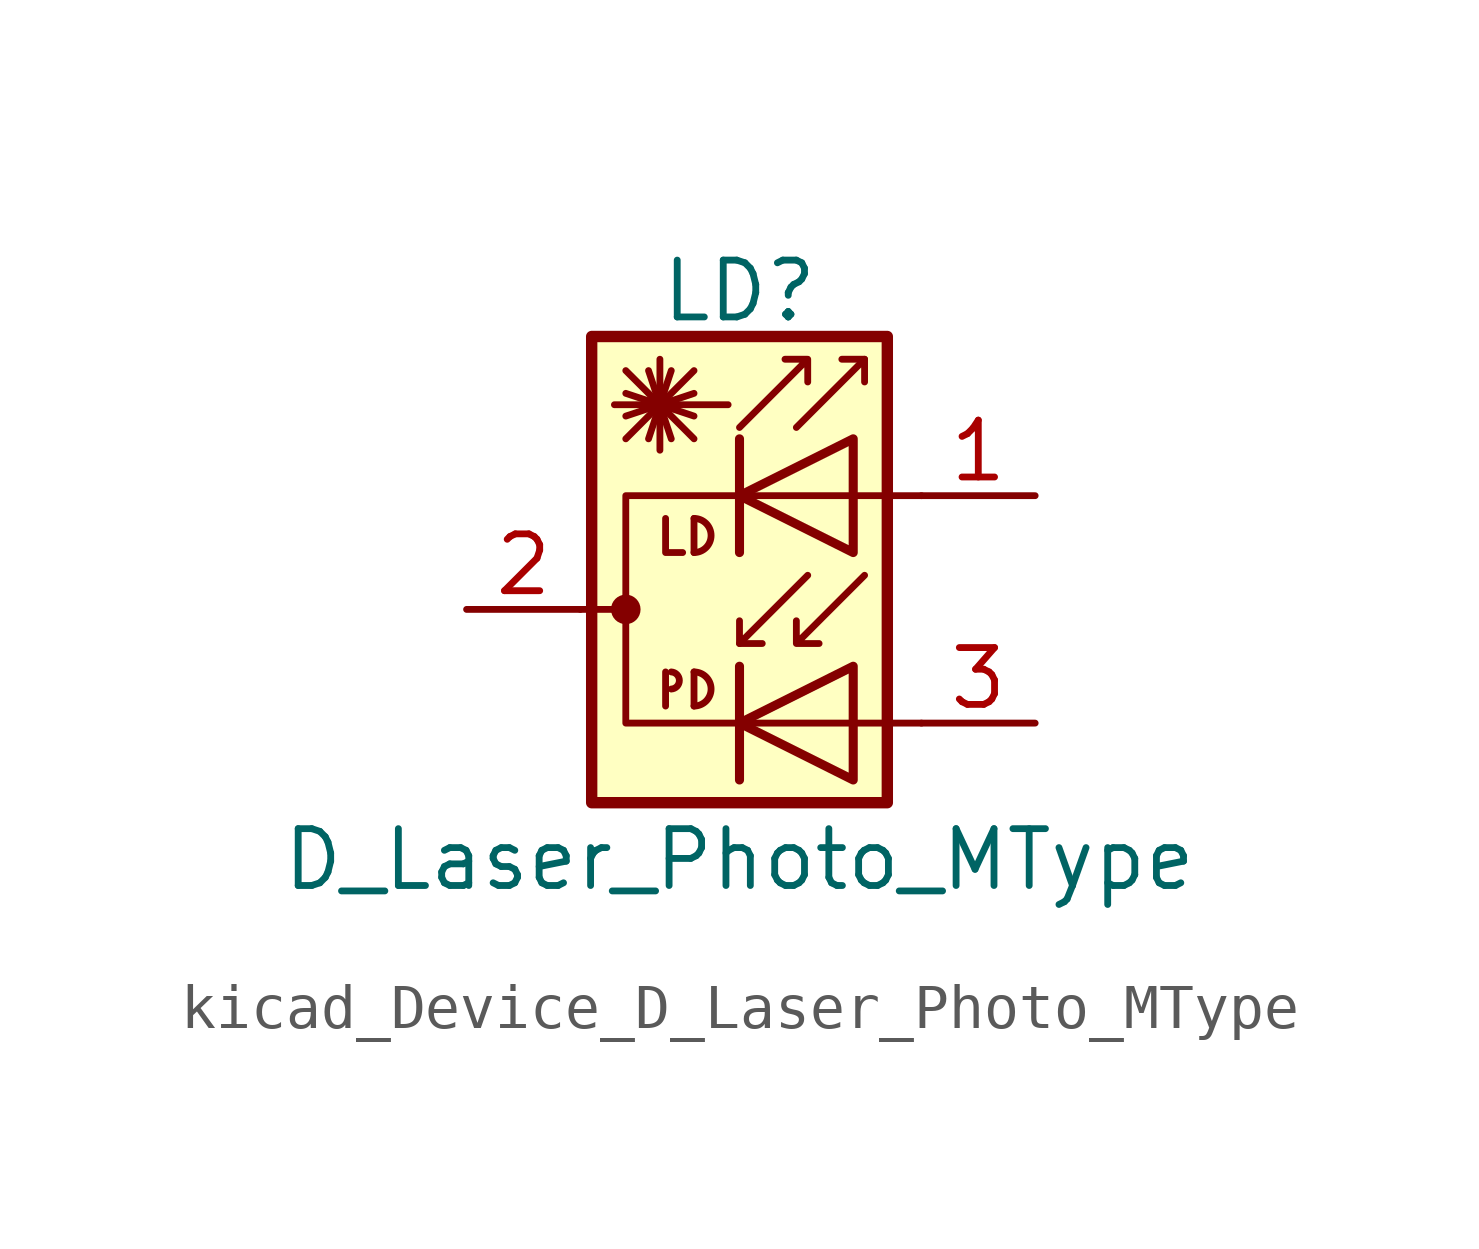
<source format=kicad_sym>
(kicad_symbol_lib
  (version 20220914)
  (generator kicad_symbol_editor)
  (symbol "kicad_Device_D_Laser_Photo_MType"
    (pin_names hide)
    (property "Reference" "LD"
      (at 1.016 7.112 0)
      (effects (font (size 1.27 1.27))))
    (property "Value" "D_Laser_Photo_MType"
      (at 1.016 -5.588 0)
      (effects (font (size 1.27 1.27))))
    (symbol "kicad_Device_D_Laser_Photo_MType_0_1"
      (circle (center -1.524 0) (radius 0.254) (stroke (width 0) (type default)) (fill (type outline)))
      (arc (start -0.508 -1.778) (mid -0.3302 -1.6002) (end -0.508 -1.397) (stroke (width 0) (type default)) (fill (type none)))
      (arc (start 0 -2.159) (mid 0.3794 -1.778) (end 0 -1.397) (stroke (width 0) (type default)) (fill (type none)))
      (polyline (pts (xy -2.54 0) (xy -1.524 0)) (stroke (width 0) (type default)) (fill (type none)))
      (polyline (pts (xy -1.524 3.81) (xy 0 5.334)) (stroke (width 0) (type default)) (fill (type none)))
      (polyline (pts (xy -1.524 4.318) (xy 0 4.826)) (stroke (width 0) (type default)) (fill (type none)))
      (polyline (pts (xy -1.524 4.826) (xy 0 4.318)) (stroke (width 0) (type default)) (fill (type none)))
      (polyline (pts (xy -1.524 5.334) (xy 0 3.81)) (stroke (width 0) (type default)) (fill (type none)))
      (polyline (pts (xy -1.016 5.334) (xy -0.508 3.81)) (stroke (width 0) (type default)) (fill (type none)))
      (polyline (pts (xy -0.762 4.572) (xy -0.762 3.556)) (stroke (width 0) (type default)) (fill (type none)))
      (polyline (pts (xy -0.762 4.572) (xy -0.762 5.588)) (stroke (width 0) (type default)) (fill (type none)))
      (polyline (pts (xy -0.635 -1.397) (xy -0.635 -2.159)) (stroke (width 0) (type default)) (fill (type none)))
      (polyline (pts (xy -0.508 5.334) (xy -1.016 3.81)) (stroke (width 0) (type default)) (fill (type none)))
      (polyline (pts (xy 0 -1.397) (xy 0 -2.159)) (stroke (width 0) (type default)) (fill (type none)))
      (polyline (pts (xy 0 2.032) (xy 0 1.27)) (stroke (width 0) (type default)) (fill (type none)))
      (polyline (pts (xy 0.762 4.572) (xy -1.778 4.572)) (stroke (width 0) (type default)) (fill (type none)))
      (polyline (pts (xy 1.016 -1.27) (xy 1.016 -3.81)) (stroke (width 0.203) (type default)) (fill (type none)))
      (polyline (pts (xy 1.016 -0.762) (xy 1.524 -0.762)) (stroke (width 0) (type default)) (fill (type none)))
      (polyline (pts (xy 1.016 3.81) (xy 1.016 1.27)) (stroke (width 0.203) (type default)) (fill (type none)))
      (polyline (pts (xy 3.81 5.588) (xy 3.302 5.588)) (stroke (width 0) (type default)) (fill (type none)))
      (polyline (pts (xy -0.635 2.032) (xy -0.635 1.27) (xy -0.254 1.27)) (stroke (width 0) (type default)) (fill (type none)))
      (polyline (pts (xy 2.286 4.064) (xy 3.81 5.588) (xy 3.81 5.08)) (stroke (width 0) (type default)) (fill (type none)))
      (polyline (pts (xy 2.54 0.762) (xy 1.016 -0.762) (xy 1.016 -0.254)) (stroke (width 0) (type default)) (fill (type none)))
      (polyline (pts (xy 3.556 -1.27) (xy 3.556 -3.81) (xy 1.016 -2.54) (xy 3.556 -1.27)) (stroke (width 0.203) (type default)) (fill (type none)))
      (polyline (pts (xy 3.556 3.81) (xy 3.556 1.27) (xy 1.016 2.54) (xy 3.556 3.81)) (stroke (width 0.203) (type default)) (fill (type none)))
      (polyline (pts (xy 5.08 2.54) (xy -1.524 2.54) (xy -1.524 -2.54) (xy 5.08 -2.54)) (stroke (width 0) (type default)) (fill (type none)))
      (polyline (pts (xy 1.016 4.064) (xy 2.54 5.588) (xy 2.54 5.08) (xy 2.54 5.588) (xy 2.032 5.588)) (stroke (width 0) (type default)) (fill (type none)))
      (polyline (pts (xy 3.81 0.762) (xy 2.286 -0.762) (xy 2.286 -0.254) (xy 2.286 -0.762) (xy 2.794 -0.762)) (stroke (width 0) (type default)) (fill (type none)))
      (arc (start 0 1.27) (mid 0.3794 1.651) (end 0 2.032) (stroke (width 0) (type default)) (fill (type none)))
      (rectangle (start 4.318 6.096) (end -2.286 -4.318) (stroke (width 0.254) (type default)) (fill (type background))))
    (symbol "kicad_Device_D_Laser_Photo_MType_1_1"
      (pin passive line (at 7.62 2.54 180) (length 2.54) (name "~" (effects (font (size 1.27 1.27)))) (number "1" (effects (font (size 1.27 1.27)))))
      (pin passive line (at -5.08 0 0) (length 2.54) (name "~" (effects (font (size 1.27 1.27)))) (number "2" (effects (font (size 1.27 1.27)))))
      (pin passive line (at 7.62 -2.54 180) (length 2.54) (name "~" (effects (font (size 1.27 1.27)))) (number "3" (effects (font (size 1.27 1.27))))))))
</source>
